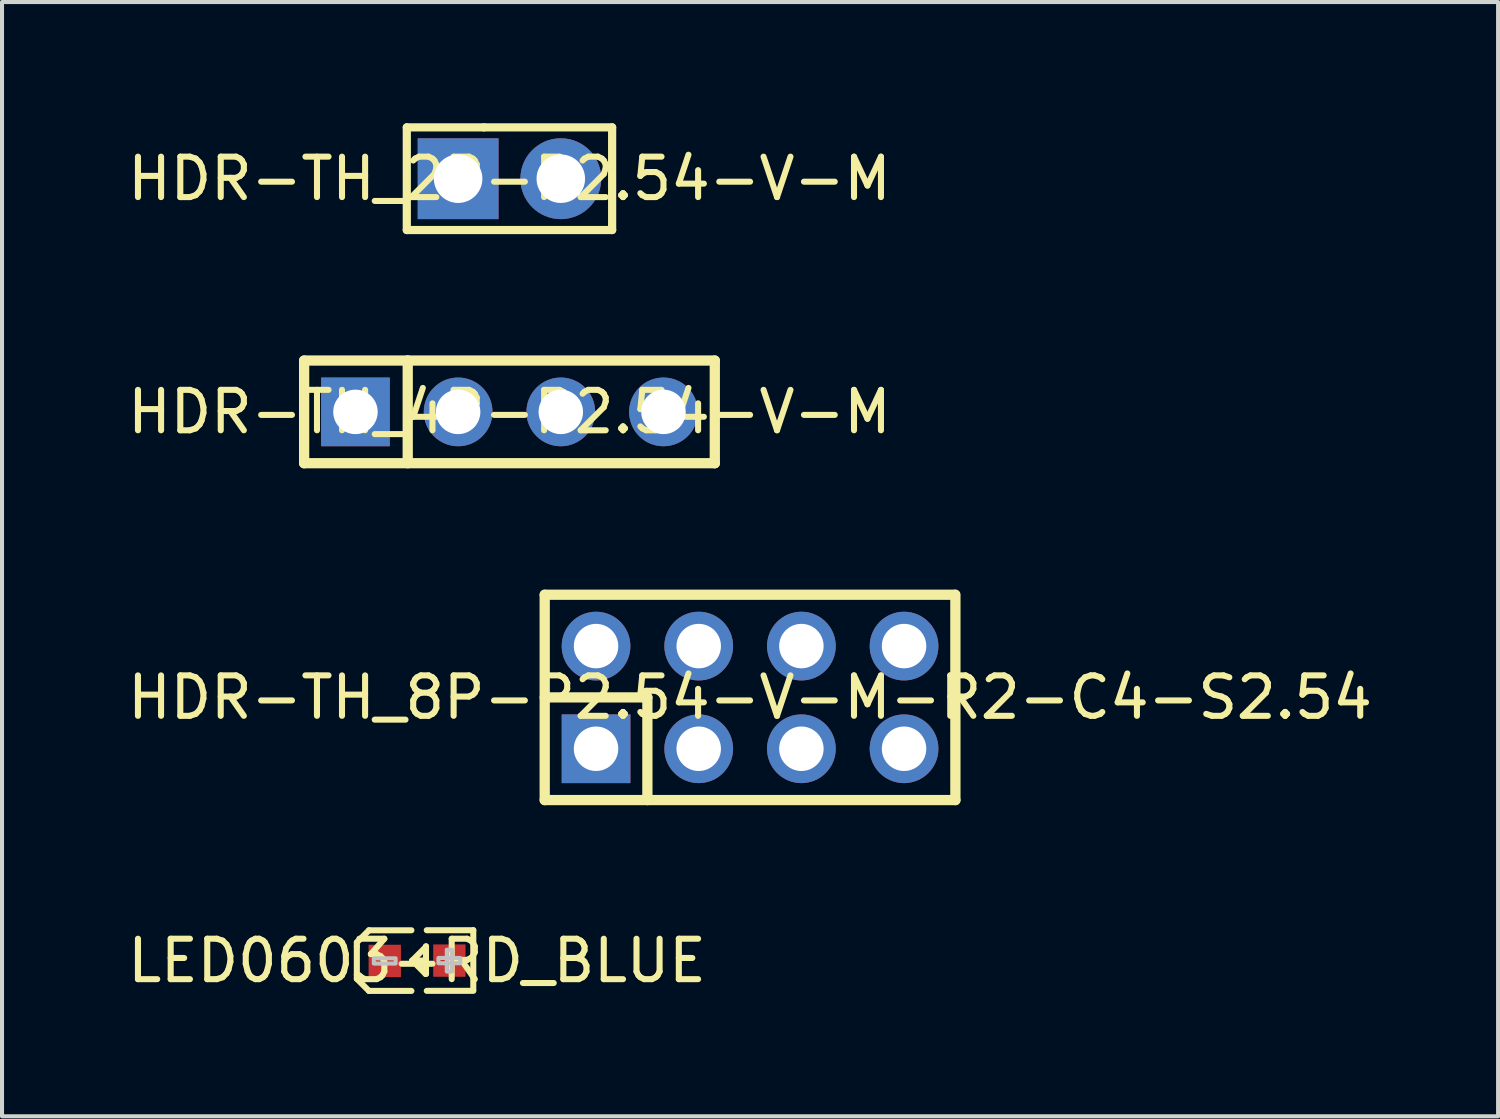
<source format=kicad_pcb>
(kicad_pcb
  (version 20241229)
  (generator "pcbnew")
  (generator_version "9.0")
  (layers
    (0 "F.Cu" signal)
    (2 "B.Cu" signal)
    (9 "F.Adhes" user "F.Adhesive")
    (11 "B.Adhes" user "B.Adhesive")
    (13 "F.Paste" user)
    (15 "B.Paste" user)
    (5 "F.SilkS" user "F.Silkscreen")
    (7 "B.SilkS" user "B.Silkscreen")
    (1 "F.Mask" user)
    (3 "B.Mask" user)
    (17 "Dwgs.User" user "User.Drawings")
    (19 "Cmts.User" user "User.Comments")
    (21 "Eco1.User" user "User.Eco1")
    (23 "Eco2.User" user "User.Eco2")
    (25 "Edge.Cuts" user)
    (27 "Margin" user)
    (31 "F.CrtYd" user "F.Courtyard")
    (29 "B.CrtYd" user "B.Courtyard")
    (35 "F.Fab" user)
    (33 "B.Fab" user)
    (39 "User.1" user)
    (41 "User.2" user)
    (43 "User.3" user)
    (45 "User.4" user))
  (footprint "HDR-TH_4P-P2.54-V-M"
    (layer "F.Cu")
    (at 9.554 7.14)
    (property "Reference" "HDR-TH_4P-P2.54-V-M" (at 0 0 0) (layer "F.SilkS") (effects (font (size 1 1) (thickness 0.15))))
    (fp_line (start -5.08 -1.27) (end -2.517 -1.27) (stroke (width 0.254) (type default)) (layer "F.SilkS"))
    (fp_line (start -5.08 1.27) (end -5.08 -1.27) (stroke (width 0.254) (type default)) (layer "F.SilkS"))
    (fp_line (start -2.517 -1.27) (end -2.517 1.27) (stroke (width 0.254) (type default)) (layer "F.SilkS"))
    (fp_line (start -2.517 -1.27) (end 5.08 -1.27) (stroke (width 0.254) (type default)) (layer "F.SilkS"))
    (fp_line (start 5.08 -1.27) (end 5.08 1.27) (stroke (width 0.254) (type default)) (layer "F.SilkS"))
    (fp_line (start 5.08 1.27) (end -5.08 1.27) (stroke (width 0.254) (type default)) (layer "F.SilkS"))
    (fp_poly (pts (xy -4.13 -0.32) (xy -3.49 -0.32) (xy -3.49 0.32) (xy -4.13 0.32)) (stroke (width 0.1) (type default)) (fill no) (layer "User.1"))
    (fp_poly (pts (xy -1.59 -0.32) (xy -0.95 -0.32) (xy -0.95 0.32) (xy -1.59 0.32)) (stroke (width 0.1) (type default)) (fill no) (layer "User.1"))
    (fp_poly (pts (xy 0.95 -0.32) (xy 1.59 -0.32) (xy 1.59 0.32) (xy 0.95 0.32)) (stroke (width 0.1) (type default)) (fill no) (layer "User.1"))
    (fp_poly (pts (xy 3.49 -0.32) (xy 4.13 -0.32) (xy 4.13 0.32) (xy 3.49 0.32)) (stroke (width 0.1) (type default)) (fill no) (layer "User.1"))
    (fp_line (start -5.08 -1.25) (end 5.08 -1.25) (stroke (width 0.051) (type default)) (layer "User.2"))
    (fp_line (start -5.08 1.25) (end -5.08 -1.25) (stroke (width 0.051) (type default)) (layer "User.2"))
    (fp_line (start 5.08 -1.25) (end 5.08 1.25) (stroke (width 0.051) (type default)) (layer "User.2"))
    (fp_line (start 5.08 1.25) (end -5.08 1.25) (stroke (width 0.051) (type default)) (layer "User.2"))
    (fp_poly (pts (xy -5.02 1.25) (xy -5.038 1.208) (xy -5.08 1.19) (xy -5.122 1.208) (xy -5.14 1.25) (xy -5.122 1.292) (xy -5.08 1.31) (xy -5.038 1.292)) (stroke (width 0.1) (type default)) (fill no) (layer "User.3"))
    (pad "1" thru_hole rect (at -3.81 0) (size 1.7 1.7) (drill 1.1) (layers "*.Cu" "*.Mask"))
    (pad "2" thru_hole circle (at -1.27 0) (size 1.7 1.7) (drill 1.1) (layers "*.Cu" "*.Mask"))
    (pad "3" thru_hole circle (at 1.27 0) (size 1.7 1.7) (drill 1.1) (layers "*.Cu" "*.Mask"))
    (pad "4" thru_hole circle (at 3.81 0) (size 1.7 1.7) (drill 1.1) (layers "*.Cu" "*.Mask")))
  (footprint "HDR-TH_2P-P2.54-V-M"
    (layer "F.Cu")
    (at 9.554 1.371)
    (property "Reference" "HDR-TH_2P-P2.54-V-M" (at 0 0 0) (layer "F.SilkS") (effects (font (size 1 1) (thickness 0.15))))
    (fp_line (start -2.54 -1.27) (end -0.635 -1.27) (stroke (width 0.203) (type default)) (layer "F.SilkS"))
    (fp_line (start -2.54 1.27) (end -2.54 -1.27) (stroke (width 0.203) (type default)) (layer "F.SilkS"))
    (fp_line (start 2.54 -1.27) (end -0.635 -1.27) (stroke (width 0.203) (type default)) (layer "F.SilkS"))
    (fp_line (start 2.54 -1.27) (end 2.54 1.27) (stroke (width 0.203) (type default)) (layer "F.SilkS"))
    (fp_line (start 2.54 1.27) (end -2.54 1.27) (stroke (width 0.203) (type default)) (layer "F.SilkS"))
    (fp_poly (pts (xy -1.59 -0.32) (xy -0.95 -0.32) (xy -0.95 0.32) (xy -1.59 0.32)) (stroke (width 0.1) (type default)) (fill no) (layer "User.1"))
    (fp_poly (pts (xy 0.95 -0.32) (xy 1.59 -0.32) (xy 1.59 0.32) (xy 0.95 0.32)) (stroke (width 0.1) (type default)) (fill no) (layer "User.1"))
    (fp_line (start -2.54 -1.25) (end 2.54 -1.25) (stroke (width 0.051) (type default)) (layer "User.2"))
    (fp_line (start -2.54 1.25) (end -2.54 -1.25) (stroke (width 0.051) (type default)) (layer "User.2"))
    (fp_line (start 2.54 -1.25) (end 2.54 1.25) (stroke (width 0.051) (type default)) (layer "User.2"))
    (fp_line (start 2.54 1.25) (end -2.54 1.25) (stroke (width 0.051) (type default)) (layer "User.2"))
    (fp_poly (pts (xy -2.48 1.25) (xy -2.498 1.208) (xy -2.54 1.19) (xy -2.582 1.208) (xy -2.6 1.25) (xy -2.582 1.292) (xy -2.54 1.31) (xy -2.498 1.292)) (stroke (width 0.1) (type default)) (fill no) (layer "User.3"))
    (pad "1" thru_hole rect (at -1.27 0) (size 2 2) (drill 1.2) (layers "*.Cu" "*.Mask"))
    (pad "2" thru_hole circle (at 1.27 0) (size 2 2) (drill 1.2) (layers "*.Cu" "*.Mask")))
  (footprint "LED0603-RD_BLUE"
    (layer "F.Cu")
    (at 7.268 20.719)
    (property "Reference" "LED0603-RD_BLUE" (at 0 0 0) (layer "F.SilkS") (effects (font (size 1 1) (thickness 0.15))))
    (fp_line (start -1.49 -0.455) (end -1.19 -0.754) (stroke (width 0.15) (type default)) (layer "F.SilkS"))
    (fp_line (start -1.49 -0.354) (end -1.49 -0.455) (stroke (width 0.15) (type default)) (layer "F.SilkS"))
    (fp_line (start -1.49 -0.354) (end -1.49 0.346) (stroke (width 0.15) (type default)) (layer "F.SilkS"))
    (fp_line (start -1.49 0.346) (end -1.49 0.446) (stroke (width 0.15) (type default)) (layer "F.SilkS"))
    (fp_line (start -1.49 0.446) (end -1.19 0.746) (stroke (width 0.15) (type default)) (layer "F.SilkS"))
    (fp_line (start -0.14 -0.754) (end -1.19 -0.754) (stroke (width 0.15) (type default)) (layer "F.SilkS"))
    (fp_line (start -0.14 0.746) (end -1.19 0.746) (stroke (width 0.15) (type default)) (layer "F.SilkS"))
    (fp_line (start 0.21 0.324) (end -0.119 -0.006) (stroke (width 0.15) (type default)) (layer "F.SilkS"))
    (fp_line (start 0.221 -0.356) (end 0.221 -0.346) (stroke (width 0.15) (type default)) (layer "F.SilkS"))
    (fp_line (start 0.221 -0.356) (end 0.221 0.324) (stroke (width 0.15) (type default)) (layer "F.SilkS"))
    (fp_line (start 0.221 -0.346) (end -0.119 -0.006) (stroke (width 0.15) (type default)) (layer "F.SilkS"))
    (fp_line (start 0.221 -0.006) (end -0.119 -0.006) (stroke (width 0.15) (type default)) (layer "F.SilkS"))
    (fp_line (start 0.221 0.324) (end 0.21 0.324) (stroke (width 0.15) (type default)) (layer "F.SilkS"))
    (fp_line (start 0.24 -0.756) (end 1.391 -0.756) (stroke (width 0.15) (type default)) (layer "F.SilkS"))
    (fp_line (start 0.24 0.744) (end 1.391 0.744) (stroke (width 0.15) (type default)) (layer "F.SilkS"))
    (fp_line (start 1.391 -0.756) (end 1.391 0.724) (stroke (width 0.15) (type default)) (layer "F.SilkS"))
    (fp_poly (pts (xy -1.07 -0.061) (xy -0.53 -0.061) (xy -0.53 0.069) (xy -1.07 0.069)) (stroke (width 0.1) (type default)) (fill no) (layer "Dwgs.User"))
    (fp_poly (pts (xy 0.529 -0.069) (xy 1.069 -0.069) (xy 1.069 0.061) (xy 0.529 0.061)) (stroke (width 0.1) (type default)) (fill no) (layer "Dwgs.User"))
    (fp_poly (pts (xy 0.735 0.267) (xy 0.735 -0.273) (xy 0.865 -0.273) (xy 0.865 0.267)) (stroke (width 0.1) (type default)) (fill no) (layer "Dwgs.User"))
    (fp_poly (pts (xy -0.799 0.404) (xy -0.799 -0.397) (xy -0.499 -0.397) (xy -0.499 0.404)) (stroke (width 0.1) (type default)) (fill no) (layer "User.1"))
    (fp_poly (pts (xy 0.5 0.397) (xy 0.5 -0.404) (xy 0.8 -0.404) (xy 0.8 0.397)) (stroke (width 0.1) (type default)) (fill no) (layer "User.1"))
    (fp_line (start -0.799 -0.4) (end 0.8 -0.4) (stroke (width 0.051) (type default)) (layer "User.2"))
    (fp_line (start -0.799 0.4) (end -0.799 -0.4) (stroke (width 0.051) (type default)) (layer "User.2"))
    (fp_line (start 0.8 -0.4) (end 0.8 0.4) (stroke (width 0.051) (type default)) (layer "User.2"))
    (fp_line (start 0.8 0.4) (end -0.799 0.4) (stroke (width 0.051) (type default)) (layer "User.2"))
    (fp_poly (pts (xy -0.74 0.404) (xy -0.757 0.361) (xy -0.799 0.344) (xy -0.842 0.361) (xy -0.86 0.404) (xy -0.842 0.446) (xy -0.799 0.464) (xy -0.757 0.446)) (stroke (width 0.1) (type default)) (fill no) (layer "User.3"))
    (pad "1" smd rect (at -0.799 0.004 90) (size 0.8 0.8) (layers "F.Cu" "F.Mask" "F.Paste"))
    (pad "2" smd rect (at 0.799 -0.004 90) (size 0.8 0.8) (layers "F.Cu" "F.Mask" "F.Paste")))
  (footprint "HDR-TH_8P-P2.54-V-M-R2-C4-S2.54"
    (layer "F.Cu")
    (at 15.506 14.204)
    (property "Reference" "HDR-TH_8P-P2.54-V-M-R2-C4-S2.54" (at 0 0 0) (layer "F.SilkS") (effects (font (size 1 1) (thickness 0.15))))
    (fp_line (start -5.08 -2.54) (end 5.07 -2.54) (stroke (width 0.254) (type default)) (layer "F.SilkS"))
    (fp_line (start -5.08 0) (end -2.54 0) (stroke (width 0.254) (type default)) (layer "F.SilkS"))
    (fp_line (start -5.08 2.54) (end -5.08 -2.54) (stroke (width 0.254) (type default)) (layer "F.SilkS"))
    (fp_line (start -2.54 0) (end -2.54 2.54) (stroke (width 0.254) (type default)) (layer "F.SilkS"))
    (fp_line (start 5.08 -2.54) (end 5.08 2.54) (stroke (width 0.254) (type default)) (layer "F.SilkS"))
    (fp_line (start 5.08 2.54) (end -5.08 2.54) (stroke (width 0.254) (type default)) (layer "F.SilkS"))
    (fp_poly (pts (xy -4.13 -1.59) (xy -3.49 -1.59) (xy -3.49 -0.95) (xy -4.13 -0.95)) (stroke (width 0.1) (type default)) (fill no) (layer "User.1"))
    (fp_poly (pts (xy -4.13 0.95) (xy -3.49 0.95) (xy -3.49 1.59) (xy -4.13 1.59)) (stroke (width 0.1) (type default)) (fill no) (layer "User.1"))
    (fp_poly (pts (xy -1.59 -1.59) (xy -0.95 -1.59) (xy -0.95 -0.95) (xy -1.59 -0.95)) (stroke (width 0.1) (type default)) (fill no) (layer "User.1"))
    (fp_poly (pts (xy -1.59 0.95) (xy -0.95 0.95) (xy -0.95 1.59) (xy -1.59 1.59)) (stroke (width 0.1) (type default)) (fill no) (layer "User.1"))
    (fp_poly (pts (xy 0.95 -1.59) (xy 1.59 -1.59) (xy 1.59 -0.95) (xy 0.95 -0.95)) (stroke (width 0.1) (type default)) (fill no) (layer "User.1"))
    (fp_poly (pts (xy 0.95 0.95) (xy 1.59 0.95) (xy 1.59 1.59) (xy 0.95 1.59)) (stroke (width 0.1) (type default)) (fill no) (layer "User.1"))
    (fp_poly (pts (xy 3.49 -1.59) (xy 4.13 -1.59) (xy 4.13 -0.95) (xy 3.49 -0.95)) (stroke (width 0.1) (type default)) (fill no) (layer "User.1"))
    (fp_poly (pts (xy 3.49 0.95) (xy 4.13 0.95) (xy 4.13 1.59) (xy 3.49 1.59)) (stroke (width 0.1) (type default)) (fill no) (layer "User.1"))
    (fp_line (start -5.08 -2.5) (end 5.08 -2.5) (stroke (width 0.051) (type default)) (layer "User.2"))
    (fp_line (start -5.08 2.5) (end -5.08 -2.5) (stroke (width 0.051) (type default)) (layer "User.2"))
    (fp_line (start 5.08 -2.5) (end 5.08 2.5) (stroke (width 0.051) (type default)) (layer "User.2"))
    (fp_line (start 5.08 2.5) (end -5.08 2.5) (stroke (width 0.051) (type default)) (layer "User.2"))
    (fp_poly (pts (xy -5.02 2.5) (xy -5.038 2.458) (xy -5.08 2.44) (xy -5.122 2.458) (xy -5.14 2.5) (xy -5.122 2.542) (xy -5.08 2.56) (xy -5.038 2.542)) (stroke (width 0.1) (type default)) (fill no) (layer "User.3"))
    (pad "1" thru_hole rect (at -3.81 1.27) (size 1.7 1.7) (drill 1.1) (layers "*.Cu" "*.Mask"))
    (pad "2" thru_hole circle (at -3.81 -1.27) (size 1.7 1.7) (drill 1.1) (layers "*.Cu" "*.Mask"))
    (pad "3" thru_hole circle (at -1.27 1.27) (size 1.7 1.7) (drill 1.1) (layers "*.Cu" "*.Mask"))
    (pad "4" thru_hole circle (at -1.27 -1.27) (size 1.7 1.7) (drill 1.1) (layers "*.Cu" "*.Mask"))
    (pad "5" thru_hole circle (at 1.27 1.27) (size 1.7 1.7) (drill 1.1) (layers "*.Cu" "*.Mask"))
    (pad "6" thru_hole circle (at 1.27 -1.27) (size 1.7 1.7) (drill 1.1) (layers "*.Cu" "*.Mask"))
    (pad "7" thru_hole circle (at 3.81 1.27) (size 1.7 1.7) (drill 1.1) (layers "*.Cu" "*.Mask"))
    (pad "8" thru_hole circle (at 3.81 -1.27) (size 1.7 1.7) (drill 1.1) (layers "*.Cu" "*.Mask")))
  (gr_rect
    (start -3 -3)
    (end 34.012 24.567)
    (stroke (width 0.1) (type default))
    (fill no)
    (layer "Edge.Cuts")))
</source>
